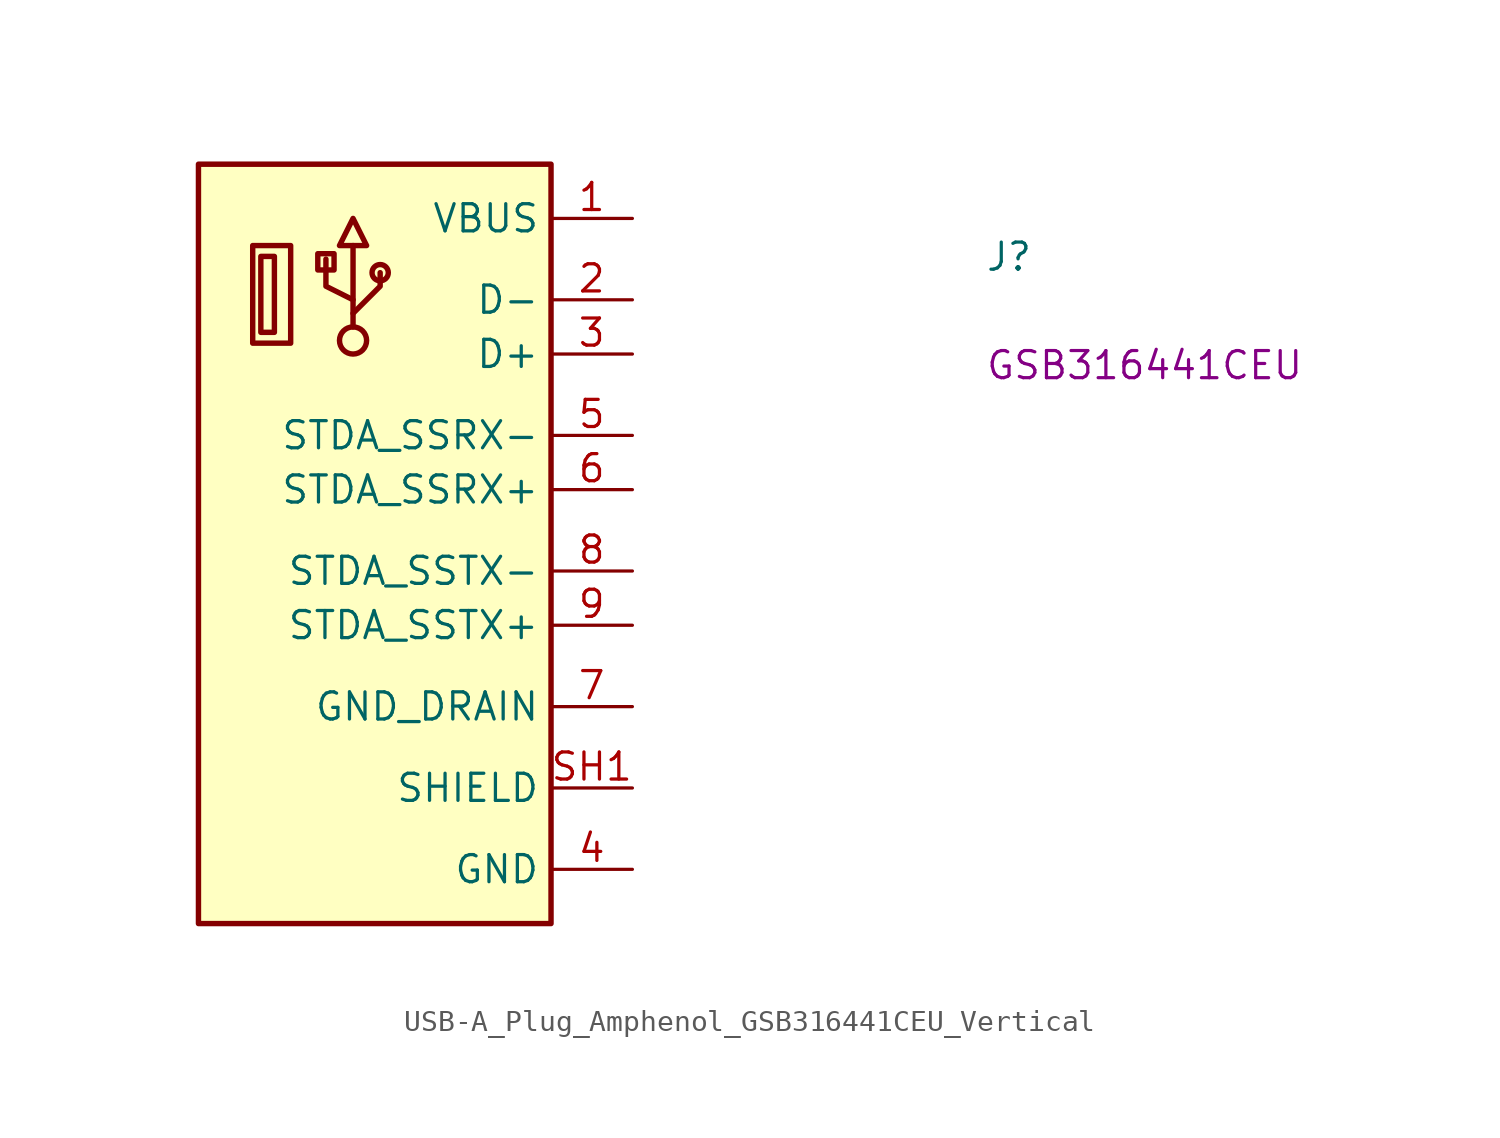
<source format=kicad_sym>
(kicad_symbol_lib
  (version 20220914)
  (generator kicad_symbol_editor)
  (symbol "USB-A_Plug_Amphenol_GSB316441CEU_Vertical"
    (property "Reference" "J"
      (at 16.51 -2.54 0)
      (effects (font (size 1.27 1.27) (thickness 0.15)) (justify left bottom)))
    (property "MPN" "GSB316441CEU"
      (at 16.51 -7.62 0)
      (effects (font (size 1.27 1.27) (thickness 0.15)) (justify left bottom)))
    (symbol "USB-A_Plug_Amphenol_GSB316441CEU_Vertical_1_1"
      (rectangle (start -20.32 2.54) (end -3.81 -33.02) (stroke (width 0.254) (type default)) (fill (type background)))
      (rectangle (start -17.78 -1.27) (end -16.002 -5.842) (stroke (width 0.254) (type default)) (fill (type background)))
      (rectangle (start -17.399 -5.334) (end -16.764 -1.778) (stroke (width 0.254) (type default)) (fill (type background)))
      (rectangle (start -14.732 -2.413) (end -13.97 -1.651) (stroke (width 0.254) (type default)) (fill (type background)))
      (circle (center -13.081 -5.715) (radius 0.635) (stroke (width 0.254) (type default)) (fill (type background)))
      (circle (center -11.811 -2.54) (radius 0.381) (stroke (width 0.254) (type default)) (fill (type background)))
      (polyline (pts (xy -13.081 -3.81) (xy -13.081 -1.27)) (stroke (width 0.254) (type default)) (fill (type background)))
      (polyline (pts (xy -13.081 -5.08) (xy -13.081 -4.445) (xy -11.811 -3.175) (xy -11.811 -2.54)) (stroke (width 0.254) (type default)) (fill (type background)))
      (polyline (pts (xy -13.081 -4.445) (xy -13.081 -3.81) (xy -14.351 -3.175) (xy -14.351 -1.905)) (stroke (width 0.254) (type default)) (fill (type background)))
      (polyline (pts (xy -12.446 -1.27) (xy -13.716 -1.27) (xy -13.081 0) (xy -12.446 -1.27)) (stroke (width 0.254) (type default)) (fill (type background)))
      (pin power_in line (at 0 0 180) (length 3.81) (name "VBUS" (effects (font (size 1.27 1.27)))) (number "1" (effects (font (size 1.27 1.27)))))
      (pin bidirectional line (at 0 -3.81 180) (length 3.81) (name "D-" (effects (font (size 1.27 1.27)))) (number "2" (effects (font (size 1.27 1.27)))))
      (pin bidirectional line (at 0 -6.35 180) (length 3.81) (name "D+" (effects (font (size 1.27 1.27)))) (number "3" (effects (font (size 1.27 1.27)))))
      (pin power_in line (at 0 -30.48 180) (length 3.81) (name "GND" (effects (font (size 1.27 1.27)))) (number "4" (effects (font (size 1.27 1.27)))))
      (pin bidirectional line (at 0 -10.16 180) (length 3.81) (name "STDA_SSRX-" (effects (font (size 1.27 1.27)))) (number "5" (effects (font (size 1.27 1.27)))))
      (pin bidirectional line (at 0 -12.7 180) (length 3.81) (name "STDA_SSRX+" (effects (font (size 1.27 1.27)))) (number "6" (effects (font (size 1.27 1.27)))))
      (pin power_in line (at 0 -22.86 180) (length 3.81) (name "GND_DRAIN" (effects (font (size 1.27 1.27)))) (number "7" (effects (font (size 1.27 1.27)))))
      (pin bidirectional line (at 0 -16.51 180) (length 3.81) (name "STDA_SSTX-" (effects (font (size 1.27 1.27)))) (number "8" (effects (font (size 1.27 1.27)))))
      (pin bidirectional line (at 0 -19.05 180) (length 3.81) (name "STDA_SSTX+" (effects (font (size 1.27 1.27)))) (number "9" (effects (font (size 1.27 1.27)))))
      (pin passive line (at 0 -26.67 180) (length 3.81) (name "SHIELD" (effects (font (size 1.27 1.27)))) (number "SH1" (effects (font (size 1.27 1.27)))))
      (pin passive line (at 0 -26.67 180) (length 3.81) hide (name "SHIELD" (effects (font (size 1.27 1.27)))) (number "SH2" (effects (font (size 1.27 1.27))))))))
</source>
